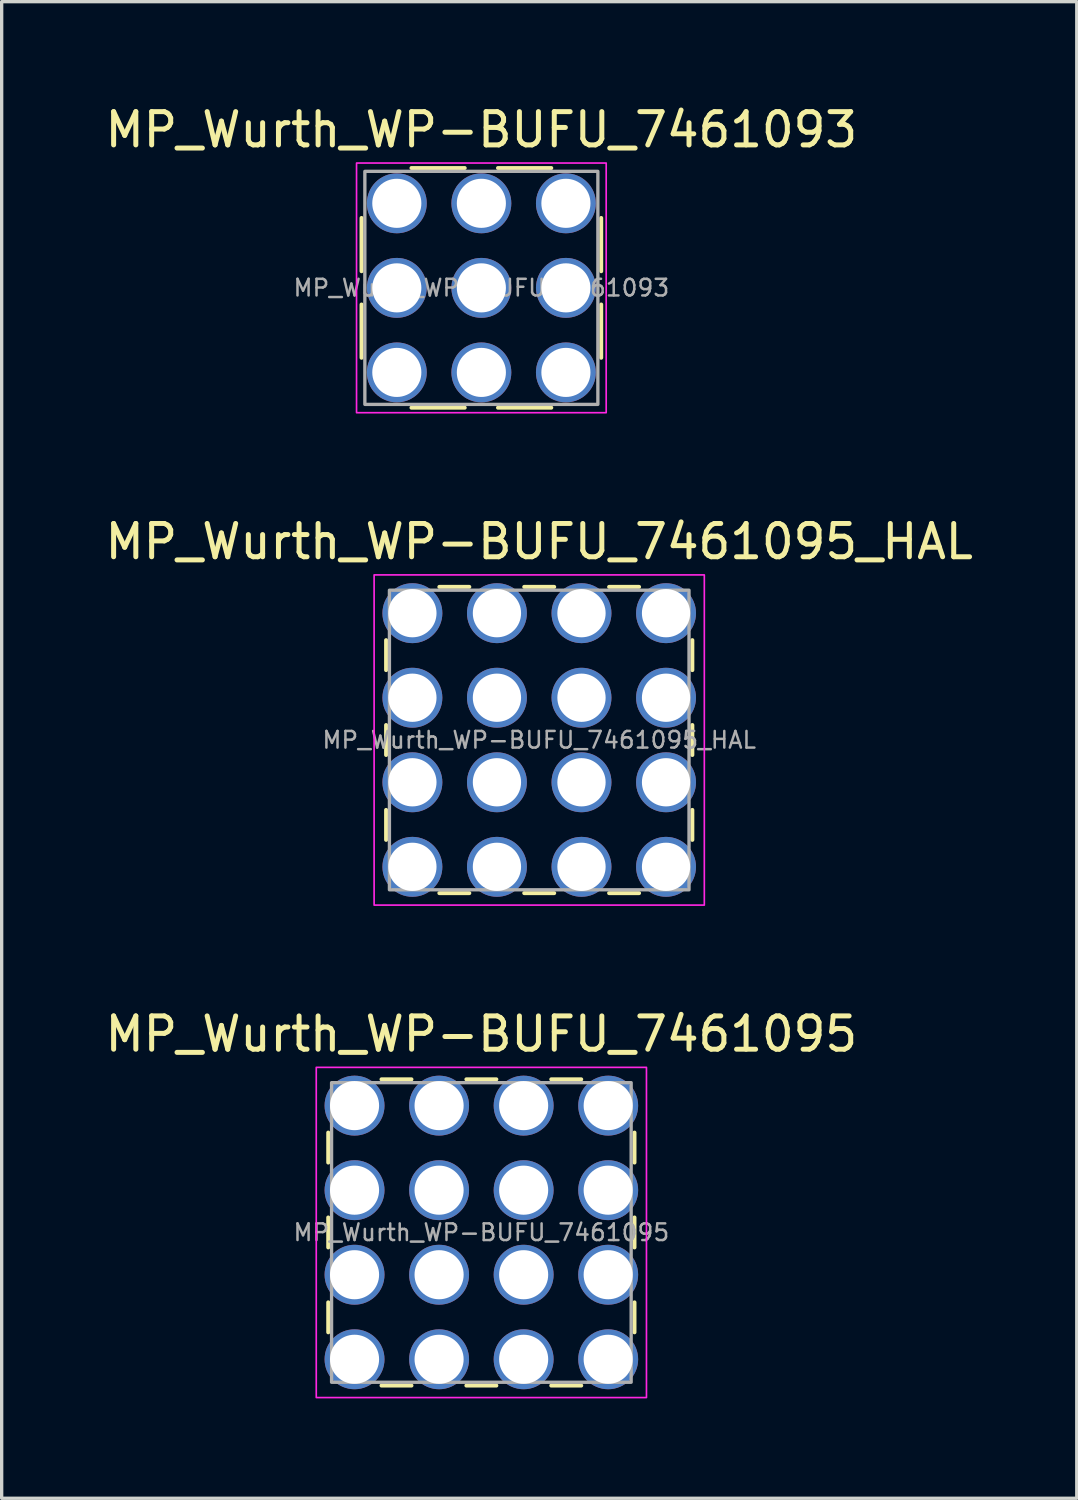
<source format=kicad_pcb>
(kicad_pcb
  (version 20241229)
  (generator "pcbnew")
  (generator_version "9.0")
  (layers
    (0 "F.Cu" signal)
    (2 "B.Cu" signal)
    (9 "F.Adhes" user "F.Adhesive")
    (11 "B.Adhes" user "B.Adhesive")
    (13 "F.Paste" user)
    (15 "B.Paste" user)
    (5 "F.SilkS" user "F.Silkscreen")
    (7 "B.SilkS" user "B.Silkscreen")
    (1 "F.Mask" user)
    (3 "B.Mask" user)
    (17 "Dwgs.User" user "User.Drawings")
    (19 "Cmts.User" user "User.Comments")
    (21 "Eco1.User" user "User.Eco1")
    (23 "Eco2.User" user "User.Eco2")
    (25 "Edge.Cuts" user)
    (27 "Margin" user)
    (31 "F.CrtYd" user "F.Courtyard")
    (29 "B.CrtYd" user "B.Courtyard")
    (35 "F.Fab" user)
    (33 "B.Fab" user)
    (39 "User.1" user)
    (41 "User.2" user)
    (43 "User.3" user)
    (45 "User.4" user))
  (footprint "MP_Wurth_WP-BUFU_7461093"
    (layer "F.Cu")
    (at 11.411 5.598)
    (property "Reference" "MP_Wurth_WP-BUFU_7461093" (at 0 -4.75 0) (unlocked yes) (layer "F.SilkS") (effects (font (size 1 1) (thickness 0.15))))
    (attr through_hole)
    (fp_line (start -3.6 -0.5) (end -3.6 -2.1) (stroke (width 0.12) (type solid)) (layer "F.SilkS"))
    (fp_line (start -3.6 2.1) (end -3.6 0.5) (stroke (width 0.12) (type solid)) (layer "F.SilkS"))
    (fp_line (start -2.1 -3.6) (end -0.5 -3.6) (stroke (width 0.12) (type solid)) (layer "F.SilkS"))
    (fp_line (start -0.5 3.6) (end -2.1 3.6) (stroke (width 0.12) (type solid)) (layer "F.SilkS"))
    (fp_line (start 0.5 -3.6) (end 2.1 -3.6) (stroke (width 0.12) (type solid)) (layer "F.SilkS"))
    (fp_line (start 2.1 3.6) (end 0.5 3.6) (stroke (width 0.12) (type solid)) (layer "F.SilkS"))
    (fp_line (start 3.6 -2.1) (end 3.6 -0.5) (stroke (width 0.12) (type solid)) (layer "F.SilkS"))
    (fp_line (start 3.6 0.5) (end 3.6 2.1) (stroke (width 0.12) (type solid)) (layer "F.SilkS"))
    (fp_rect (start -3.75 -3.75) (end 3.75 3.75) (stroke (width 0.05) (type solid)) (fill no) (layer "F.CrtYd"))
    (fp_rect (start -3.5 -3.5) (end 3.5 3.5) (stroke (width 0.1) (type solid)) (fill no) (layer "F.Fab"))
    (fp_text user "${REFERENCE}" (at 0 0 0) (unlocked yes) (layer "F.Fab") (effects (font (size 0.5 0.5) (thickness 0.075))))
    (pad "1" thru_hole circle (at -2.54 -2.54) (size 1.8 1.8) (drill 1.475) (layers "*.Cu" "*.Mask"))
    (pad "1" thru_hole circle (at -2.54 0) (size 1.8 1.8) (drill 1.475) (layers "*.Cu" "*.Mask"))
    (pad "1" thru_hole circle (at -2.54 2.54) (size 1.8 1.8) (drill 1.475) (layers "*.Cu" "*.Mask"))
    (pad "1" thru_hole circle (at 0 -2.54) (size 1.8 1.8) (drill 1.475) (layers "*.Cu" "*.Mask"))
    (pad "1" thru_hole circle (at 0 0) (size 1.8 1.8) (drill 1.475) (layers "*.Cu" "*.Mask"))
    (pad "1" thru_hole circle (at 0 2.54) (size 1.8 1.8) (drill 1.475) (layers "*.Cu" "*.Mask"))
    (pad "1" thru_hole circle (at 2.54 -2.54) (size 1.8 1.8) (drill 1.475) (layers "*.Cu" "*.Mask"))
    (pad "1" thru_hole circle (at 2.54 0) (size 1.8 1.8) (drill 1.475) (layers "*.Cu" "*.Mask"))
    (pad "1" thru_hole circle (at 2.54 2.54) (size 1.8 1.8) (drill 1.475) (layers "*.Cu" "*.Mask")))
  (footprint "MP_Wurth_WP-BUFU_7461095_HAL"
    (layer "F.Cu")
    (at 13.149 19.181)
    (property "Reference" "MP_Wurth_WP-BUFU_7461095_HAL" (at 0 -5.96 0) (unlocked yes) (layer "F.SilkS") (effects (font (size 1 1) (thickness 0.15))))
    (attr through_hole)
    (fp_line (start -4.6 -2.1) (end -4.6 -3) (stroke (width 0.12) (type solid)) (layer "F.SilkS"))
    (fp_line (start -4.6 0.45) (end -4.6 -0.45) (stroke (width 0.12) (type solid)) (layer "F.SilkS"))
    (fp_line (start -4.6 3) (end -4.6 2.1) (stroke (width 0.12) (type solid)) (layer "F.SilkS"))
    (fp_line (start -3 -4.6) (end -2.1 -4.6) (stroke (width 0.12) (type solid)) (layer "F.SilkS"))
    (fp_line (start -2.1 4.6) (end -3 4.6) (stroke (width 0.12) (type solid)) (layer "F.SilkS"))
    (fp_line (start -0.45 -4.6) (end 0.45 -4.6) (stroke (width 0.12) (type solid)) (layer "F.SilkS"))
    (fp_line (start 0.45 4.6) (end -0.45 4.6) (stroke (width 0.12) (type solid)) (layer "F.SilkS"))
    (fp_line (start 2.1 -4.6) (end 3 -4.6) (stroke (width 0.12) (type solid)) (layer "F.SilkS"))
    (fp_line (start 3 4.6) (end 2.1 4.6) (stroke (width 0.12) (type solid)) (layer "F.SilkS"))
    (fp_line (start 4.6 -3) (end 4.6 -2.1) (stroke (width 0.12) (type solid)) (layer "F.SilkS"))
    (fp_line (start 4.6 -0.45) (end 4.6 0.45) (stroke (width 0.12) (type solid)) (layer "F.SilkS"))
    (fp_line (start 4.6 2.1) (end 4.6 3) (stroke (width 0.12) (type solid)) (layer "F.SilkS"))
    (fp_rect (start -4.96 -4.96) (end 4.96 4.96) (stroke (width 0.05) (type solid)) (fill no) (layer "F.CrtYd"))
    (fp_rect (start -4.5 -4.5) (end 4.5 4.5) (stroke (width 0.1) (type solid)) (fill no) (layer "F.Fab"))
    (fp_text user "${REFERENCE}" (at 0 0 0) (unlocked yes) (layer "F.Fab") (effects (font (size 0.5 0.5) (thickness 0.075))))
    (pad "1" thru_hole circle (at -3.81 -3.81) (size 1.8 1.8) (drill 1.45) (layers "*.Cu" "*.Mask"))
    (pad "1" thru_hole circle (at -3.81 -1.27) (size 1.8 1.8) (drill 1.45) (layers "*.Cu" "*.Mask"))
    (pad "1" thru_hole circle (at -3.81 1.27) (size 1.8 1.8) (drill 1.45) (layers "*.Cu" "*.Mask"))
    (pad "1" thru_hole circle (at -3.81 3.81) (size 1.8 1.8) (drill 1.45) (layers "*.Cu" "*.Mask"))
    (pad "1" thru_hole circle (at -1.27 -3.81) (size 1.8 1.8) (drill 1.45) (layers "*.Cu" "*.Mask"))
    (pad "1" thru_hole circle (at -1.27 -1.27) (size 1.8 1.8) (drill 1.45) (layers "*.Cu" "*.Mask"))
    (pad "1" thru_hole circle (at -1.27 1.27) (size 1.8 1.8) (drill 1.45) (layers "*.Cu" "*.Mask"))
    (pad "1" thru_hole circle (at -1.27 3.81) (size 1.8 1.8) (drill 1.45) (layers "*.Cu" "*.Mask"))
    (pad "1" thru_hole circle (at 1.27 -3.81) (size 1.8 1.8) (drill 1.45) (layers "*.Cu" "*.Mask"))
    (pad "1" thru_hole circle (at 1.27 -1.27) (size 1.8 1.8) (drill 1.45) (layers "*.Cu" "*.Mask"))
    (pad "1" thru_hole circle (at 1.27 1.27) (size 1.8 1.8) (drill 1.45) (layers "*.Cu" "*.Mask"))
    (pad "1" thru_hole circle (at 1.27 3.81) (size 1.8 1.8) (drill 1.45) (layers "*.Cu" "*.Mask"))
    (pad "1" thru_hole circle (at 3.81 -3.81) (size 1.8 1.8) (drill 1.45) (layers "*.Cu" "*.Mask"))
    (pad "1" thru_hole circle (at 3.81 -1.27) (size 1.8 1.8) (drill 1.45) (layers "*.Cu" "*.Mask"))
    (pad "1" thru_hole circle (at 3.81 1.27) (size 1.8 1.8) (drill 1.45) (layers "*.Cu" "*.Mask"))
    (pad "1" thru_hole circle (at 3.81 3.81) (size 1.8 1.8) (drill 1.45) (layers "*.Cu" "*.Mask")))
  (footprint "MP_Wurth_WP-BUFU_7461095"
    (layer "F.Cu")
    (at 11.411 33.975)
    (property "Reference" "MP_Wurth_WP-BUFU_7461095" (at 0 -5.96 0) (unlocked yes) (layer "F.SilkS") (effects (font (size 1 1) (thickness 0.15))))
    (attr through_hole)
    (fp_line (start -4.6 -2.1) (end -4.6 -3) (stroke (width 0.12) (type solid)) (layer "F.SilkS"))
    (fp_line (start -4.6 0.45) (end -4.6 -0.45) (stroke (width 0.12) (type solid)) (layer "F.SilkS"))
    (fp_line (start -4.6 3) (end -4.6 2.1) (stroke (width 0.12) (type solid)) (layer "F.SilkS"))
    (fp_line (start -3 -4.6) (end -2.1 -4.6) (stroke (width 0.12) (type solid)) (layer "F.SilkS"))
    (fp_line (start -2.1 4.6) (end -3 4.6) (stroke (width 0.12) (type solid)) (layer "F.SilkS"))
    (fp_line (start -0.45 -4.6) (end 0.45 -4.6) (stroke (width 0.12) (type solid)) (layer "F.SilkS"))
    (fp_line (start 0.45 4.6) (end -0.45 4.6) (stroke (width 0.12) (type solid)) (layer "F.SilkS"))
    (fp_line (start 2.1 -4.6) (end 3 -4.6) (stroke (width 0.12) (type solid)) (layer "F.SilkS"))
    (fp_line (start 3 4.6) (end 2.1 4.6) (stroke (width 0.12) (type solid)) (layer "F.SilkS"))
    (fp_line (start 4.6 -3) (end 4.6 -2.1) (stroke (width 0.12) (type solid)) (layer "F.SilkS"))
    (fp_line (start 4.6 -0.45) (end 4.6 0.45) (stroke (width 0.12) (type solid)) (layer "F.SilkS"))
    (fp_line (start 4.6 2.1) (end 4.6 3) (stroke (width 0.12) (type solid)) (layer "F.SilkS"))
    (fp_rect (start -4.96 -4.96) (end 4.96 4.96) (stroke (width 0.05) (type solid)) (fill no) (layer "F.CrtYd"))
    (fp_rect (start -4.5 -4.5) (end 4.5 4.5) (stroke (width 0.1) (type solid)) (fill no) (layer "F.Fab"))
    (fp_text user "${REFERENCE}" (at 0 0 0) (unlocked yes) (layer "F.Fab") (effects (font (size 0.5 0.5) (thickness 0.075))))
    (pad "1" thru_hole circle (at -3.81 -3.81) (size 1.8 1.8) (drill 1.475) (layers "*.Cu" "*.Mask"))
    (pad "1" thru_hole circle (at -3.81 -1.27) (size 1.8 1.8) (drill 1.475) (layers "*.Cu" "*.Mask"))
    (pad "1" thru_hole circle (at -3.81 1.27) (size 1.8 1.8) (drill 1.475) (layers "*.Cu" "*.Mask"))
    (pad "1" thru_hole circle (at -3.81 3.81) (size 1.8 1.8) (drill 1.475) (layers "*.Cu" "*.Mask"))
    (pad "1" thru_hole circle (at -1.27 -3.81) (size 1.8 1.8) (drill 1.475) (layers "*.Cu" "*.Mask"))
    (pad "1" thru_hole circle (at -1.27 -1.27) (size 1.8 1.8) (drill 1.475) (layers "*.Cu" "*.Mask"))
    (pad "1" thru_hole circle (at -1.27 1.27) (size 1.8 1.8) (drill 1.475) (layers "*.Cu" "*.Mask"))
    (pad "1" thru_hole circle (at -1.27 3.81) (size 1.8 1.8) (drill 1.475) (layers "*.Cu" "*.Mask"))
    (pad "1" thru_hole circle (at 1.27 -3.81) (size 1.8 1.8) (drill 1.475) (layers "*.Cu" "*.Mask"))
    (pad "1" thru_hole circle (at 1.27 -1.27) (size 1.8 1.8) (drill 1.475) (layers "*.Cu" "*.Mask"))
    (pad "1" thru_hole circle (at 1.27 1.27) (size 1.8 1.8) (drill 1.475) (layers "*.Cu" "*.Mask"))
    (pad "1" thru_hole circle (at 1.27 3.81) (size 1.8 1.8) (drill 1.475) (layers "*.Cu" "*.Mask"))
    (pad "1" thru_hole circle (at 3.81 -3.81) (size 1.8 1.8) (drill 1.475) (layers "*.Cu" "*.Mask"))
    (pad "1" thru_hole circle (at 3.81 -1.27) (size 1.8 1.8) (drill 1.475) (layers "*.Cu" "*.Mask"))
    (pad "1" thru_hole circle (at 3.81 1.27) (size 1.8 1.8) (drill 1.475) (layers "*.Cu" "*.Mask"))
    (pad "1" thru_hole circle (at 3.81 3.81) (size 1.8 1.8) (drill 1.475) (layers "*.Cu" "*.Mask")))
  (gr_rect
    (start -3 -3)
    (end 29.298 41.96)
    (stroke (width 0.1) (type default))
    (fill no)
    (layer "Edge.Cuts")))
</source>
